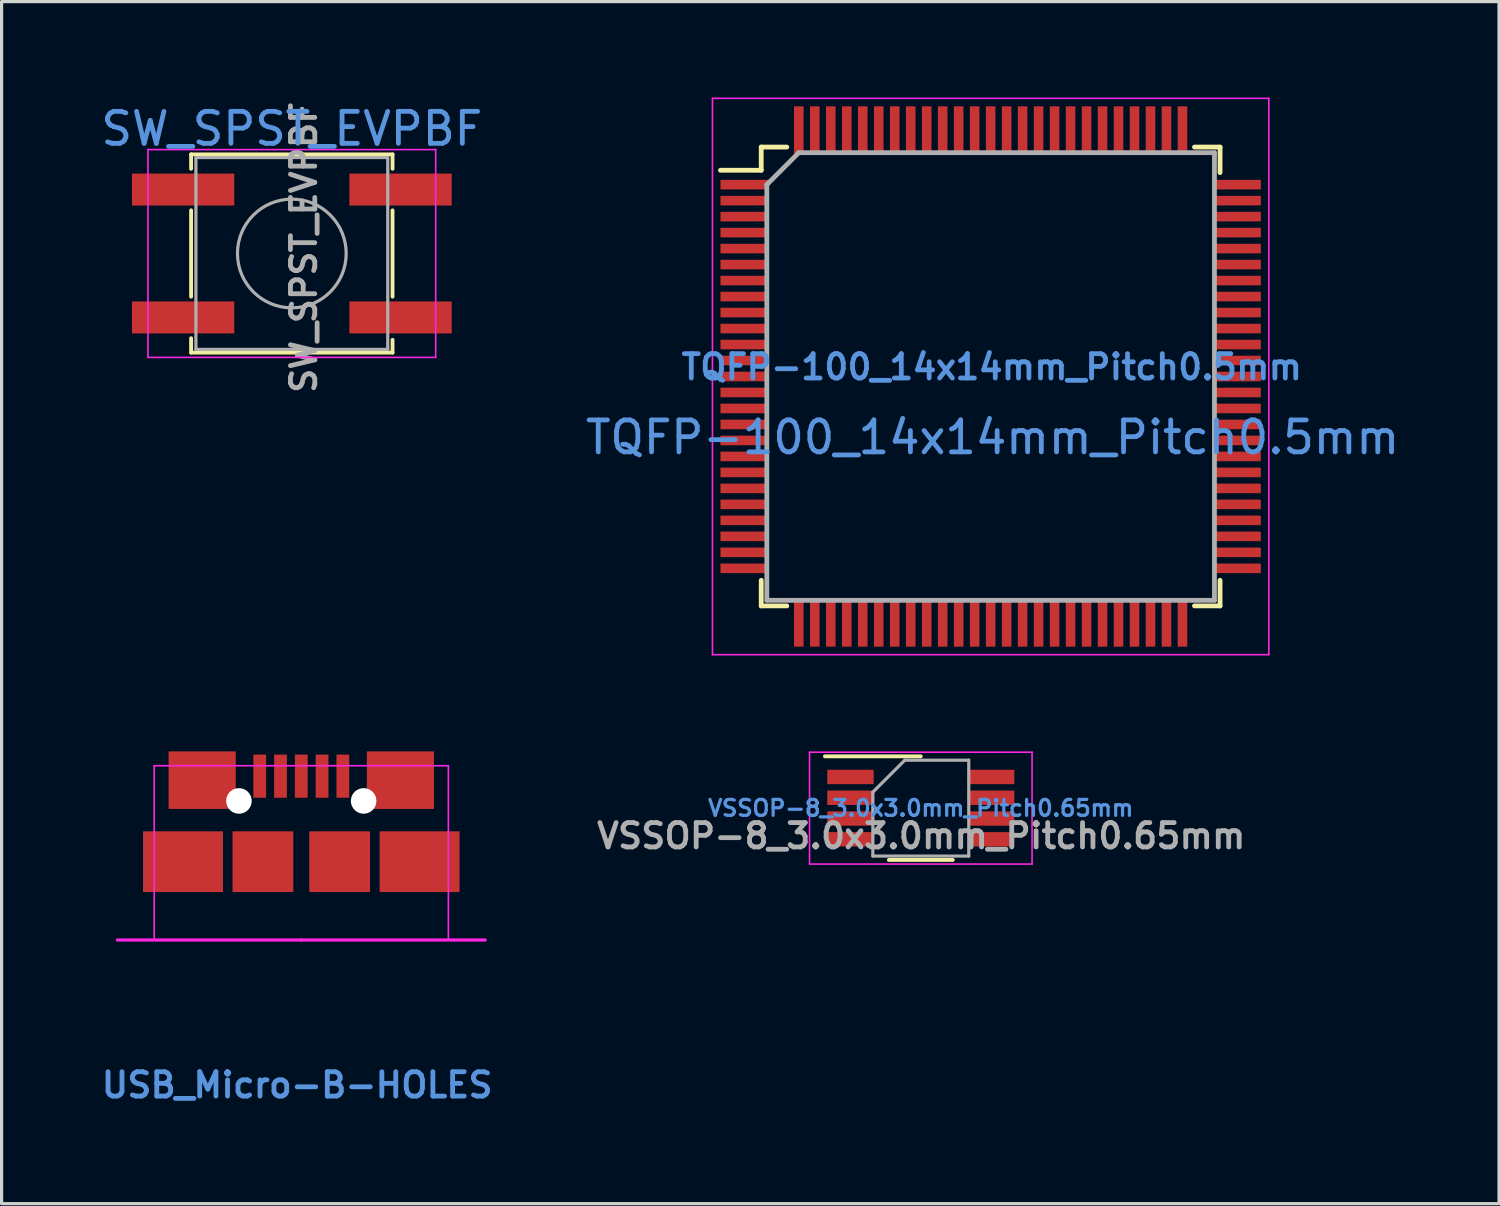
<source format=kicad_pcb>
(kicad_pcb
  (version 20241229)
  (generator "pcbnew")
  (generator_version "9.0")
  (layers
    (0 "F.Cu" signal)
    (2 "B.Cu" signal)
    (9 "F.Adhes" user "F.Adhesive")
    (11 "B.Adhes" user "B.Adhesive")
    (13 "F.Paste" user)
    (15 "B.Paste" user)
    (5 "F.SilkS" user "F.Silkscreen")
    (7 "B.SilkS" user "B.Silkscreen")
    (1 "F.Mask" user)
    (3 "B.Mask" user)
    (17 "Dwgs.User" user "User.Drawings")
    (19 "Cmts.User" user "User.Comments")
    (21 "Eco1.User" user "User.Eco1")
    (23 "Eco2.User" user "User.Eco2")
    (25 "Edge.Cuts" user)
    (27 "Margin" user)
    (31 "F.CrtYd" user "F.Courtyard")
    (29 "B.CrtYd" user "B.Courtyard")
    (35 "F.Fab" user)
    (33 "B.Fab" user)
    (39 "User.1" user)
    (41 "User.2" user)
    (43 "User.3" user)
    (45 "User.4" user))
  (footprint "SW_SPST_EVPBF"
    (layer "F.Cu")
    (at 6.077 4.878)
    (property "Reference" "SW_SPST_EVPBF" (at 0.374 -0.193 90) (layer "F.Fab") (effects (font (size 0.762 0.762) (thickness 0.15))))
    (attr smd)
    (fp_line (start -3.15 -3.1) (end 3.15 -3.1) (stroke (width 0.12) (type solid)) (layer "F.SilkS"))
    (fp_line (start -3.15 -2.65) (end -3.15 -3.1) (stroke (width 0.12) (type solid)) (layer "F.SilkS"))
    (fp_line (start -3.15 1.35) (end -3.15 -1.35) (stroke (width 0.12) (type solid)) (layer "F.SilkS"))
    (fp_line (start -3.15 2.65) (end -3.15 3.1) (stroke (width 0.12) (type solid)) (layer "F.SilkS"))
    (fp_line (start -3.15 3.1) (end 3.15 3.1) (stroke (width 0.12) (type solid)) (layer "F.SilkS"))
    (fp_line (start 3.15 -3.1) (end 3.15 -2.65) (stroke (width 0.12) (type solid)) (layer "F.SilkS"))
    (fp_line (start 3.15 -1.35) (end 3.15 1.35) (stroke (width 0.12) (type solid)) (layer "F.SilkS"))
    (fp_line (start 3.15 3.1) (end 3.15 2.7) (stroke (width 0.12) (type solid)) (layer "F.SilkS"))
    (fp_line (start -4.5 -3.25) (end 4.5 -3.25) (stroke (width 0.05) (type solid)) (layer "F.CrtYd"))
    (fp_line (start -4.5 3.25) (end -4.5 -3.25) (stroke (width 0.05) (type solid)) (layer "F.CrtYd"))
    (fp_line (start 4.5 -3.25) (end 4.5 3.25) (stroke (width 0.05) (type solid)) (layer "F.CrtYd"))
    (fp_line (start 4.5 3.25) (end -4.5 3.25) (stroke (width 0.05) (type solid)) (layer "F.CrtYd"))
    (fp_line (start -3 -3) (end 3 -3) (stroke (width 0.1) (type solid)) (layer "F.Fab"))
    (fp_line (start -3 3) (end -3 -3) (stroke (width 0.1) (type solid)) (layer "F.Fab"))
    (fp_line (start 3 -3) (end 3 3) (stroke (width 0.1) (type solid)) (layer "F.Fab"))
    (fp_line (start 3 3) (end -3 3) (stroke (width 0.1) (type solid)) (layer "F.Fab"))
    (fp_circle (center 0 0) (end 1.7 0) (stroke (width 0.1) (type solid)) (fill no) (layer "F.Fab"))
    (fp_text user "${REFERENCE}" (at 0 -3.9 0) (layer "Cmts.User") (effects (font (size 1 1) (thickness 0.15))))
    (pad "1" smd rect (at -3.4 -2) (size 3.2 1) (layers "F.Cu" "F.Mask" "F.Paste"))
    (pad "2" smd rect (at 3.4 -2) (size 3.2 1) (layers "F.Cu" "F.Mask" "F.Paste"))
    (pad "3" smd rect (at -3.4 2) (size 3.2 1) (layers "F.Cu" "F.Mask" "F.Paste"))
    (pad "4" smd rect (at 3.4 2) (size 3.2 1) (layers "F.Cu" "F.Mask" "F.Paste")))
  (footprint "TQFP-100_14x14mm_Pitch0.5mm"
    (layer "F.Cu")
    (at 27.933 8.725)
    (property "Reference" "TQFP-100_14x14mm_Pitch0.5mm" (at 0.036 -0.297 0) (layer "Cmts.User") (effects (font (size 0.762 0.762) (thickness 0.15))))
    (attr smd)
    (fp_line (start -7.175 -7.175) (end -7.175 -6.45) (stroke (width 0.15) (type solid)) (layer "F.SilkS"))
    (fp_line (start -7.175 -7.175) (end -6.375 -7.175) (stroke (width 0.15) (type solid)) (layer "F.SilkS"))
    (fp_line (start -7.175 -6.45) (end -8.45 -6.45) (stroke (width 0.15) (type solid)) (layer "F.SilkS"))
    (fp_line (start -7.175 7.175) (end -7.175 6.375) (stroke (width 0.15) (type solid)) (layer "F.SilkS"))
    (fp_line (start -7.175 7.175) (end -6.375 7.175) (stroke (width 0.15) (type solid)) (layer "F.SilkS"))
    (fp_line (start 7.175 -7.175) (end 6.375 -7.175) (stroke (width 0.15) (type solid)) (layer "F.SilkS"))
    (fp_line (start 7.175 -7.175) (end 7.175 -6.375) (stroke (width 0.15) (type solid)) (layer "F.SilkS"))
    (fp_line (start 7.175 7.175) (end 6.375 7.175) (stroke (width 0.15) (type solid)) (layer "F.SilkS"))
    (fp_line (start 7.175 7.175) (end 7.175 6.375) (stroke (width 0.15) (type solid)) (layer "F.SilkS"))
    (fp_line (start -8.7 -8.7) (end -8.7 8.7) (stroke (width 0.05) (type solid)) (layer "F.CrtYd"))
    (fp_line (start -8.7 -8.7) (end 8.7 -8.7) (stroke (width 0.05) (type solid)) (layer "F.CrtYd"))
    (fp_line (start -8.7 8.7) (end 8.7 8.7) (stroke (width 0.05) (type solid)) (layer "F.CrtYd"))
    (fp_line (start 8.7 -8.7) (end 8.7 8.7) (stroke (width 0.05) (type solid)) (layer "F.CrtYd"))
    (fp_line (start -7 -6) (end -6 -7) (stroke (width 0.15) (type solid)) (layer "F.Fab"))
    (fp_line (start -7 7) (end -7 -6) (stroke (width 0.15) (type solid)) (layer "F.Fab"))
    (fp_line (start -6 -7) (end 7 -7) (stroke (width 0.15) (type solid)) (layer "F.Fab"))
    (fp_line (start 7 -7) (end 7 7) (stroke (width 0.15) (type solid)) (layer "F.Fab"))
    (fp_line (start 7 7) (end -7 7) (stroke (width 0.15) (type solid)) (layer "F.Fab"))
    (fp_text user "${REFERENCE}" (at 0.061 1.903 0) (layer "Cmts.User") (effects (font (size 1 1) (thickness 0.15))))
    (pad "1" smd rect (at -7.7 -6) (size 1.5 0.3) (layers "F.Cu" "F.Mask" "F.Paste"))
    (pad "2" smd rect (at -7.7 -5.5) (size 1.5 0.3) (layers "F.Cu" "F.Mask" "F.Paste"))
    (pad "3" smd rect (at -7.7 -5) (size 1.5 0.3) (layers "F.Cu" "F.Mask" "F.Paste"))
    (pad "4" smd rect (at -7.7 -4.5) (size 1.5 0.3) (layers "F.Cu" "F.Mask" "F.Paste"))
    (pad "5" smd rect (at -7.7 -4) (size 1.5 0.3) (layers "F.Cu" "F.Mask" "F.Paste"))
    (pad "6" smd rect (at -7.7 -3.5) (size 1.5 0.3) (layers "F.Cu" "F.Mask" "F.Paste"))
    (pad "7" smd rect (at -7.7 -3) (size 1.5 0.3) (layers "F.Cu" "F.Mask" "F.Paste"))
    (pad "8" smd rect (at -7.7 -2.5) (size 1.5 0.3) (layers "F.Cu" "F.Mask" "F.Paste"))
    (pad "9" smd rect (at -7.7 -2) (size 1.5 0.3) (layers "F.Cu" "F.Mask" "F.Paste"))
    (pad "10" smd rect (at -7.7 -1.5) (size 1.5 0.3) (layers "F.Cu" "F.Mask" "F.Paste"))
    (pad "11" smd rect (at -7.7 -1) (size 1.5 0.3) (layers "F.Cu" "F.Mask" "F.Paste"))
    (pad "12" smd rect (at -7.7 -0.5) (size 1.5 0.3) (layers "F.Cu" "F.Mask" "F.Paste"))
    (pad "13" smd rect (at -7.7 0) (size 1.5 0.3) (layers "F.Cu" "F.Mask" "F.Paste"))
    (pad "14" smd rect (at -7.7 0.5) (size 1.5 0.3) (layers "F.Cu" "F.Mask" "F.Paste"))
    (pad "15" smd rect (at -7.7 1) (size 1.5 0.3) (layers "F.Cu" "F.Mask" "F.Paste"))
    (pad "16" smd rect (at -7.7 1.5) (size 1.5 0.3) (layers "F.Cu" "F.Mask" "F.Paste"))
    (pad "17" smd rect (at -7.7 2) (size 1.5 0.3) (layers "F.Cu" "F.Mask" "F.Paste"))
    (pad "18" smd rect (at -7.7 2.5) (size 1.5 0.3) (layers "F.Cu" "F.Mask" "F.Paste"))
    (pad "19" smd rect (at -7.7 3) (size 1.5 0.3) (layers "F.Cu" "F.Mask" "F.Paste"))
    (pad "20" smd rect (at -7.7 3.5) (size 1.5 0.3) (layers "F.Cu" "F.Mask" "F.Paste"))
    (pad "21" smd rect (at -7.7 4) (size 1.5 0.3) (layers "F.Cu" "F.Mask" "F.Paste"))
    (pad "22" smd rect (at -7.7 4.5) (size 1.5 0.3) (layers "F.Cu" "F.Mask" "F.Paste"))
    (pad "23" smd rect (at -7.7 5) (size 1.5 0.3) (layers "F.Cu" "F.Mask" "F.Paste"))
    (pad "24" smd rect (at -7.7 5.5) (size 1.5 0.3) (layers "F.Cu" "F.Mask" "F.Paste"))
    (pad "25" smd rect (at -7.7 6) (size 1.5 0.3) (layers "F.Cu" "F.Mask" "F.Paste"))
    (pad "26" smd rect (at -6 7.7 90) (size 1.5 0.3) (layers "F.Cu" "F.Mask" "F.Paste"))
    (pad "27" smd rect (at -5.5 7.7 90) (size 1.5 0.3) (layers "F.Cu" "F.Mask" "F.Paste"))
    (pad "28" smd rect (at -5 7.7 90) (size 1.5 0.3) (layers "F.Cu" "F.Mask" "F.Paste"))
    (pad "29" smd rect (at -4.5 7.7 90) (size 1.5 0.3) (layers "F.Cu" "F.Mask" "F.Paste"))
    (pad "30" smd rect (at -4 7.7 90) (size 1.5 0.3) (layers "F.Cu" "F.Mask" "F.Paste"))
    (pad "31" smd rect (at -3.5 7.7 90) (size 1.5 0.3) (layers "F.Cu" "F.Mask" "F.Paste"))
    (pad "32" smd rect (at -3 7.7 90) (size 1.5 0.3) (layers "F.Cu" "F.Mask" "F.Paste"))
    (pad "33" smd rect (at -2.5 7.7 90) (size 1.5 0.3) (layers "F.Cu" "F.Mask" "F.Paste"))
    (pad "34" smd rect (at -2 7.7 90) (size 1.5 0.3) (layers "F.Cu" "F.Mask" "F.Paste"))
    (pad "35" smd rect (at -1.5 7.7 90) (size 1.5 0.3) (layers "F.Cu" "F.Mask" "F.Paste"))
    (pad "36" smd rect (at -1 7.7 90) (size 1.5 0.3) (layers "F.Cu" "F.Mask" "F.Paste"))
    (pad "37" smd rect (at -0.5 7.7 90) (size 1.5 0.3) (layers "F.Cu" "F.Mask" "F.Paste"))
    (pad "38" smd rect (at 0 7.7 90) (size 1.5 0.3) (layers "F.Cu" "F.Mask" "F.Paste"))
    (pad "39" smd rect (at 0.5 7.7 90) (size 1.5 0.3) (layers "F.Cu" "F.Mask" "F.Paste"))
    (pad "40" smd rect (at 1 7.7 90) (size 1.5 0.3) (layers "F.Cu" "F.Mask" "F.Paste"))
    (pad "41" smd rect (at 1.5 7.7 90) (size 1.5 0.3) (layers "F.Cu" "F.Mask" "F.Paste"))
    (pad "42" smd rect (at 2 7.7 90) (size 1.5 0.3) (layers "F.Cu" "F.Mask" "F.Paste"))
    (pad "43" smd rect (at 2.5 7.7 90) (size 1.5 0.3) (layers "F.Cu" "F.Mask" "F.Paste"))
    (pad "44" smd rect (at 3 7.7 90) (size 1.5 0.3) (layers "F.Cu" "F.Mask" "F.Paste"))
    (pad "45" smd rect (at 3.5 7.7 90) (size 1.5 0.3) (layers "F.Cu" "F.Mask" "F.Paste"))
    (pad "46" smd rect (at 4 7.7 90) (size 1.5 0.3) (layers "F.Cu" "F.Mask" "F.Paste"))
    (pad "47" smd rect (at 4.5 7.7 90) (size 1.5 0.3) (layers "F.Cu" "F.Mask" "F.Paste"))
    (pad "48" smd rect (at 5 7.7 90) (size 1.5 0.3) (layers "F.Cu" "F.Mask" "F.Paste"))
    (pad "49" smd rect (at 5.5 7.7 90) (size 1.5 0.3) (layers "F.Cu" "F.Mask" "F.Paste"))
    (pad "50" smd rect (at 6 7.7 90) (size 1.5 0.3) (layers "F.Cu" "F.Mask" "F.Paste"))
    (pad "51" smd rect (at 7.7 6) (size 1.5 0.3) (layers "F.Cu" "F.Mask" "F.Paste"))
    (pad "52" smd rect (at 7.7 5.5) (size 1.5 0.3) (layers "F.Cu" "F.Mask" "F.Paste"))
    (pad "53" smd rect (at 7.7 5) (size 1.5 0.3) (layers "F.Cu" "F.Mask" "F.Paste"))
    (pad "54" smd rect (at 7.7 4.5) (size 1.5 0.3) (layers "F.Cu" "F.Mask" "F.Paste"))
    (pad "55" smd rect (at 7.7 4) (size 1.5 0.3) (layers "F.Cu" "F.Mask" "F.Paste"))
    (pad "56" smd rect (at 7.7 3.5) (size 1.5 0.3) (layers "F.Cu" "F.Mask" "F.Paste"))
    (pad "57" smd rect (at 7.7 3) (size 1.5 0.3) (layers "F.Cu" "F.Mask" "F.Paste"))
    (pad "58" smd rect (at 7.7 2.5) (size 1.5 0.3) (layers "F.Cu" "F.Mask" "F.Paste"))
    (pad "59" smd rect (at 7.7 2) (size 1.5 0.3) (layers "F.Cu" "F.Mask" "F.Paste"))
    (pad "60" smd rect (at 7.7 1.5) (size 1.5 0.3) (layers "F.Cu" "F.Mask" "F.Paste"))
    (pad "61" smd rect (at 7.7 1) (size 1.5 0.3) (layers "F.Cu" "F.Mask" "F.Paste"))
    (pad "62" smd rect (at 7.7 0.5) (size 1.5 0.3) (layers "F.Cu" "F.Mask" "F.Paste"))
    (pad "63" smd rect (at 7.7 0) (size 1.5 0.3) (layers "F.Cu" "F.Mask" "F.Paste"))
    (pad "64" smd rect (at 7.7 -0.5) (size 1.5 0.3) (layers "F.Cu" "F.Mask" "F.Paste"))
    (pad "65" smd rect (at 7.7 -1) (size 1.5 0.3) (layers "F.Cu" "F.Mask" "F.Paste"))
    (pad "66" smd rect (at 7.7 -1.5) (size 1.5 0.3) (layers "F.Cu" "F.Mask" "F.Paste"))
    (pad "67" smd rect (at 7.7 -2) (size 1.5 0.3) (layers "F.Cu" "F.Mask" "F.Paste"))
    (pad "68" smd rect (at 7.7 -2.5) (size 1.5 0.3) (layers "F.Cu" "F.Mask" "F.Paste"))
    (pad "69" smd rect (at 7.7 -3) (size 1.5 0.3) (layers "F.Cu" "F.Mask" "F.Paste"))
    (pad "70" smd rect (at 7.7 -3.5) (size 1.5 0.3) (layers "F.Cu" "F.Mask" "F.Paste"))
    (pad "71" smd rect (at 7.7 -4) (size 1.5 0.3) (layers "F.Cu" "F.Mask" "F.Paste"))
    (pad "72" smd rect (at 7.7 -4.5) (size 1.5 0.3) (layers "F.Cu" "F.Mask" "F.Paste"))
    (pad "73" smd rect (at 7.7 -5) (size 1.5 0.3) (layers "F.Cu" "F.Mask" "F.Paste"))
    (pad "74" smd rect (at 7.7 -5.5) (size 1.5 0.3) (layers "F.Cu" "F.Mask" "F.Paste"))
    (pad "75" smd rect (at 7.7 -6) (size 1.5 0.3) (layers "F.Cu" "F.Mask" "F.Paste"))
    (pad "76" smd rect (at 6 -7.7 90) (size 1.5 0.3) (layers "F.Cu" "F.Mask" "F.Paste"))
    (pad "77" smd rect (at 5.5 -7.7 90) (size 1.5 0.3) (layers "F.Cu" "F.Mask" "F.Paste"))
    (pad "78" smd rect (at 5 -7.7 90) (size 1.5 0.3) (layers "F.Cu" "F.Mask" "F.Paste"))
    (pad "79" smd rect (at 4.5 -7.7 90) (size 1.5 0.3) (layers "F.Cu" "F.Mask" "F.Paste"))
    (pad "80" smd rect (at 4 -7.7 90) (size 1.5 0.3) (layers "F.Cu" "F.Mask" "F.Paste"))
    (pad "81" smd rect (at 3.5 -7.7 90) (size 1.5 0.3) (layers "F.Cu" "F.Mask" "F.Paste"))
    (pad "82" smd rect (at 3 -7.7 90) (size 1.5 0.3) (layers "F.Cu" "F.Mask" "F.Paste"))
    (pad "83" smd rect (at 2.5 -7.7 90) (size 1.5 0.3) (layers "F.Cu" "F.Mask" "F.Paste"))
    (pad "84" smd rect (at 2 -7.7 90) (size 1.5 0.3) (layers "F.Cu" "F.Mask" "F.Paste"))
    (pad "85" smd rect (at 1.5 -7.7 90) (size 1.5 0.3) (layers "F.Cu" "F.Mask" "F.Paste"))
    (pad "86" smd rect (at 1 -7.7 90) (size 1.5 0.3) (layers "F.Cu" "F.Mask" "F.Paste"))
    (pad "87" smd rect (at 0.5 -7.7 90) (size 1.5 0.3) (layers "F.Cu" "F.Mask" "F.Paste"))
    (pad "88" smd rect (at 0 -7.7 90) (size 1.5 0.3) (layers "F.Cu" "F.Mask" "F.Paste"))
    (pad "89" smd rect (at -0.5 -7.7 90) (size 1.5 0.3) (layers "F.Cu" "F.Mask" "F.Paste"))
    (pad "90" smd rect (at -1 -7.7 90) (size 1.5 0.3) (layers "F.Cu" "F.Mask" "F.Paste"))
    (pad "91" smd rect (at -1.5 -7.7 90) (size 1.5 0.3) (layers "F.Cu" "F.Mask" "F.Paste"))
    (pad "92" smd rect (at -2 -7.7 90) (size 1.5 0.3) (layers "F.Cu" "F.Mask" "F.Paste"))
    (pad "93" smd rect (at -2.5 -7.7 90) (size 1.5 0.3) (layers "F.Cu" "F.Mask" "F.Paste"))
    (pad "94" smd rect (at -3 -7.7 90) (size 1.5 0.3) (layers "F.Cu" "F.Mask" "F.Paste"))
    (pad "95" smd rect (at -3.5 -7.7 90) (size 1.5 0.3) (layers "F.Cu" "F.Mask" "F.Paste"))
    (pad "96" smd rect (at -4 -7.7 90) (size 1.5 0.3) (layers "F.Cu" "F.Mask" "F.Paste"))
    (pad "97" smd rect (at -4.5 -7.7 90) (size 1.5 0.3) (layers "F.Cu" "F.Mask" "F.Paste"))
    (pad "98" smd rect (at -5 -7.7 90) (size 1.5 0.3) (layers "F.Cu" "F.Mask" "F.Paste"))
    (pad "99" smd rect (at -5.5 -7.7 90) (size 1.5 0.3) (layers "F.Cu" "F.Mask" "F.Paste"))
    (pad "100" smd rect (at -6 -7.7 90) (size 1.5 0.3) (layers "F.Cu" "F.Mask" "F.Paste")))
  (footprint "VSSOP-8_3.0x3.0mm_Pitch0.65mm"
    (layer "F.Cu")
    (at 25.749 22.225)
    (property "Reference" "VSSOP-8_3.0x3.0mm_Pitch0.65mm" (at 0.014 0.869 0) (layer "F.Fab") (effects (font (size 0.762 0.762) (thickness 0.15))))
    (attr smd)
    (fp_line (start 0 -1.62) (end -3 -1.62) (stroke (width 0.12) (type solid)) (layer "F.SilkS"))
    (fp_line (start 1 1.62) (end -1 1.62) (stroke (width 0.12) (type solid)) (layer "F.SilkS"))
    (fp_line (start -3.48 -1.75) (end 3.48 -1.75) (stroke (width 0.05) (type solid)) (layer "F.CrtYd"))
    (fp_line (start -3.48 1.75) (end -3.48 -1.75) (stroke (width 0.05) (type solid)) (layer "F.CrtYd"))
    (fp_line (start 3.48 -1.75) (end 3.48 1.75) (stroke (width 0.05) (type solid)) (layer "F.CrtYd"))
    (fp_line (start 3.48 1.75) (end -3.48 1.75) (stroke (width 0.05) (type solid)) (layer "F.CrtYd"))
    (fp_line (start -1.5 1.5) (end -1.5 -0.5) (stroke (width 0.1) (type solid)) (layer "F.Fab"))
    (fp_line (start -0.5 -1.5) (end -1.5 -0.5) (stroke (width 0.1) (type solid)) (layer "F.Fab"))
    (fp_line (start -0.5 -1.5) (end 1.5 -1.5) (stroke (width 0.1) (type solid)) (layer "F.Fab"))
    (fp_line (start 1.5 -1.5) (end 1.5 1.5) (stroke (width 0.1) (type solid)) (layer "F.Fab"))
    (fp_line (start 1.5 1.5) (end -1.5 1.5) (stroke (width 0.1) (type solid)) (layer "F.Fab"))
    (fp_text user "${REFERENCE}" (at 0 0 0) (layer "Cmts.User") (effects (font (size 0.5 0.5) (thickness 0.1))))
    (pad "1" smd rect (at -2.2 -0.975 270) (size 0.45 1.45) (layers "F.Cu" "F.Mask" "F.Paste"))
    (pad "2" smd rect (at -2.2 -0.325 270) (size 0.45 1.45) (layers "F.Cu" "F.Mask" "F.Paste"))
    (pad "3" smd rect (at -2.2 0.325 270) (size 0.45 1.45) (layers "F.Cu" "F.Mask" "F.Paste"))
    (pad "4" smd rect (at -2.2 0.975 270) (size 0.45 1.45) (layers "F.Cu" "F.Mask" "F.Paste"))
    (pad "5" smd rect (at 2.2 0.975 270) (size 0.45 1.45) (layers "F.Cu" "F.Mask" "F.Paste"))
    (pad "6" smd rect (at 2.2 0.325 270) (size 0.45 1.45) (layers "F.Cu" "F.Mask" "F.Paste"))
    (pad "7" smd rect (at 2.2 -0.325 270) (size 0.45 1.45) (layers "F.Cu" "F.Mask" "F.Paste"))
    (pad "8" smd rect (at 2.2 -0.975 270) (size 0.45 1.45) (layers "F.Cu" "F.Mask" "F.Paste")))
  (footprint "USB_Micro-B-HOLES"
    (layer "F.Cu")
    (at 6.373 23.9)
    (property "Reference" "USB_Micro-B-HOLES" (at -0.129 6.986 0) (layer "Cmts.User") (effects (font (size 0.762 0.762) (thickness 0.15))))
    (attr smd)
    (fp_line (start -4.6 -3) (end 4.6 -3) (stroke (width 0.05) (type solid)) (layer "F.CrtYd"))
    (fp_line (start -4.6 2.45) (end -4.6 -3) (stroke (width 0.05) (type solid)) (layer "F.CrtYd"))
    (fp_line (start 0 2.45) (end -5.75 2.45) (stroke (width 0.1) (type solid)) (layer "F.CrtYd"))
    (fp_line (start 0 2.45) (end 5.75 2.45) (stroke (width 0.1) (type solid)) (layer "F.CrtYd"))
    (fp_line (start 4.6 -3) (end 4.6 2.45) (stroke (width 0.05) (type solid)) (layer "F.CrtYd"))
    (fp_line (start 4.6 2.45) (end -4.6 2.45) (stroke (width 0.05) (type solid)) (layer "F.CrtYd"))
    (pad "" np_thru_hole circle (at -1.95 -1.9 90) (size 0.8 0.8) (drill 0.8) (layers "*.Cu" "*.Mask"))
    (pad "" np_thru_hole circle (at 1.95 -1.9 90) (size 0.8 0.8) (drill 0.8) (layers "*.Cu" "*.Mask"))
    (pad "1" smd rect (at -1.3 -2.675 90) (size 1.35 0.4) (layers "F.Cu" "F.Mask" "F.Paste"))
    (pad "2" smd rect (at -0.65 -2.675 90) (size 1.35 0.4) (layers "F.Cu" "F.Mask" "F.Paste"))
    (pad "3" smd rect (at 0 -2.675 90) (size 1.35 0.4) (layers "F.Cu" "F.Mask" "F.Paste"))
    (pad "4" smd rect (at 0.65 -2.675 90) (size 1.35 0.4) (layers "F.Cu" "F.Mask" "F.Paste"))
    (pad "5" smd rect (at 1.3 -2.675 90) (size 1.35 0.4) (layers "F.Cu" "F.Mask" "F.Paste"))
    (pad "6" smd rect (at -3.7 0) (size 2.5 1.9) (layers "F.Cu" "F.Mask" "F.Paste"))
    (pad "6" smd rect (at -3.1 -2.55 90) (size 1.8 2.1) (layers "F.Cu" "F.Mask" "F.Paste"))
    (pad "6" smd rect (at -1.2 0 90) (size 1.9 1.9) (layers "F.Cu" "F.Mask" "F.Paste"))
    (pad "6" smd rect (at 1.2 0 90) (size 1.9 1.9) (layers "F.Cu" "F.Mask" "F.Paste"))
    (pad "6" smd rect (at 3.1 -2.55 90) (size 1.8 2.1) (layers "F.Cu" "F.Mask" "F.Paste"))
    (pad "6" smd rect (at 3.7 0) (size 2.5 1.9) (layers "F.Cu" "F.Mask" "F.Paste")))
  (gr_rect
    (start -3 -3)
    (end 43.833 34.595)
    (stroke (width 0.1) (type default))
    (fill no)
    (layer "Edge.Cuts")))
</source>
